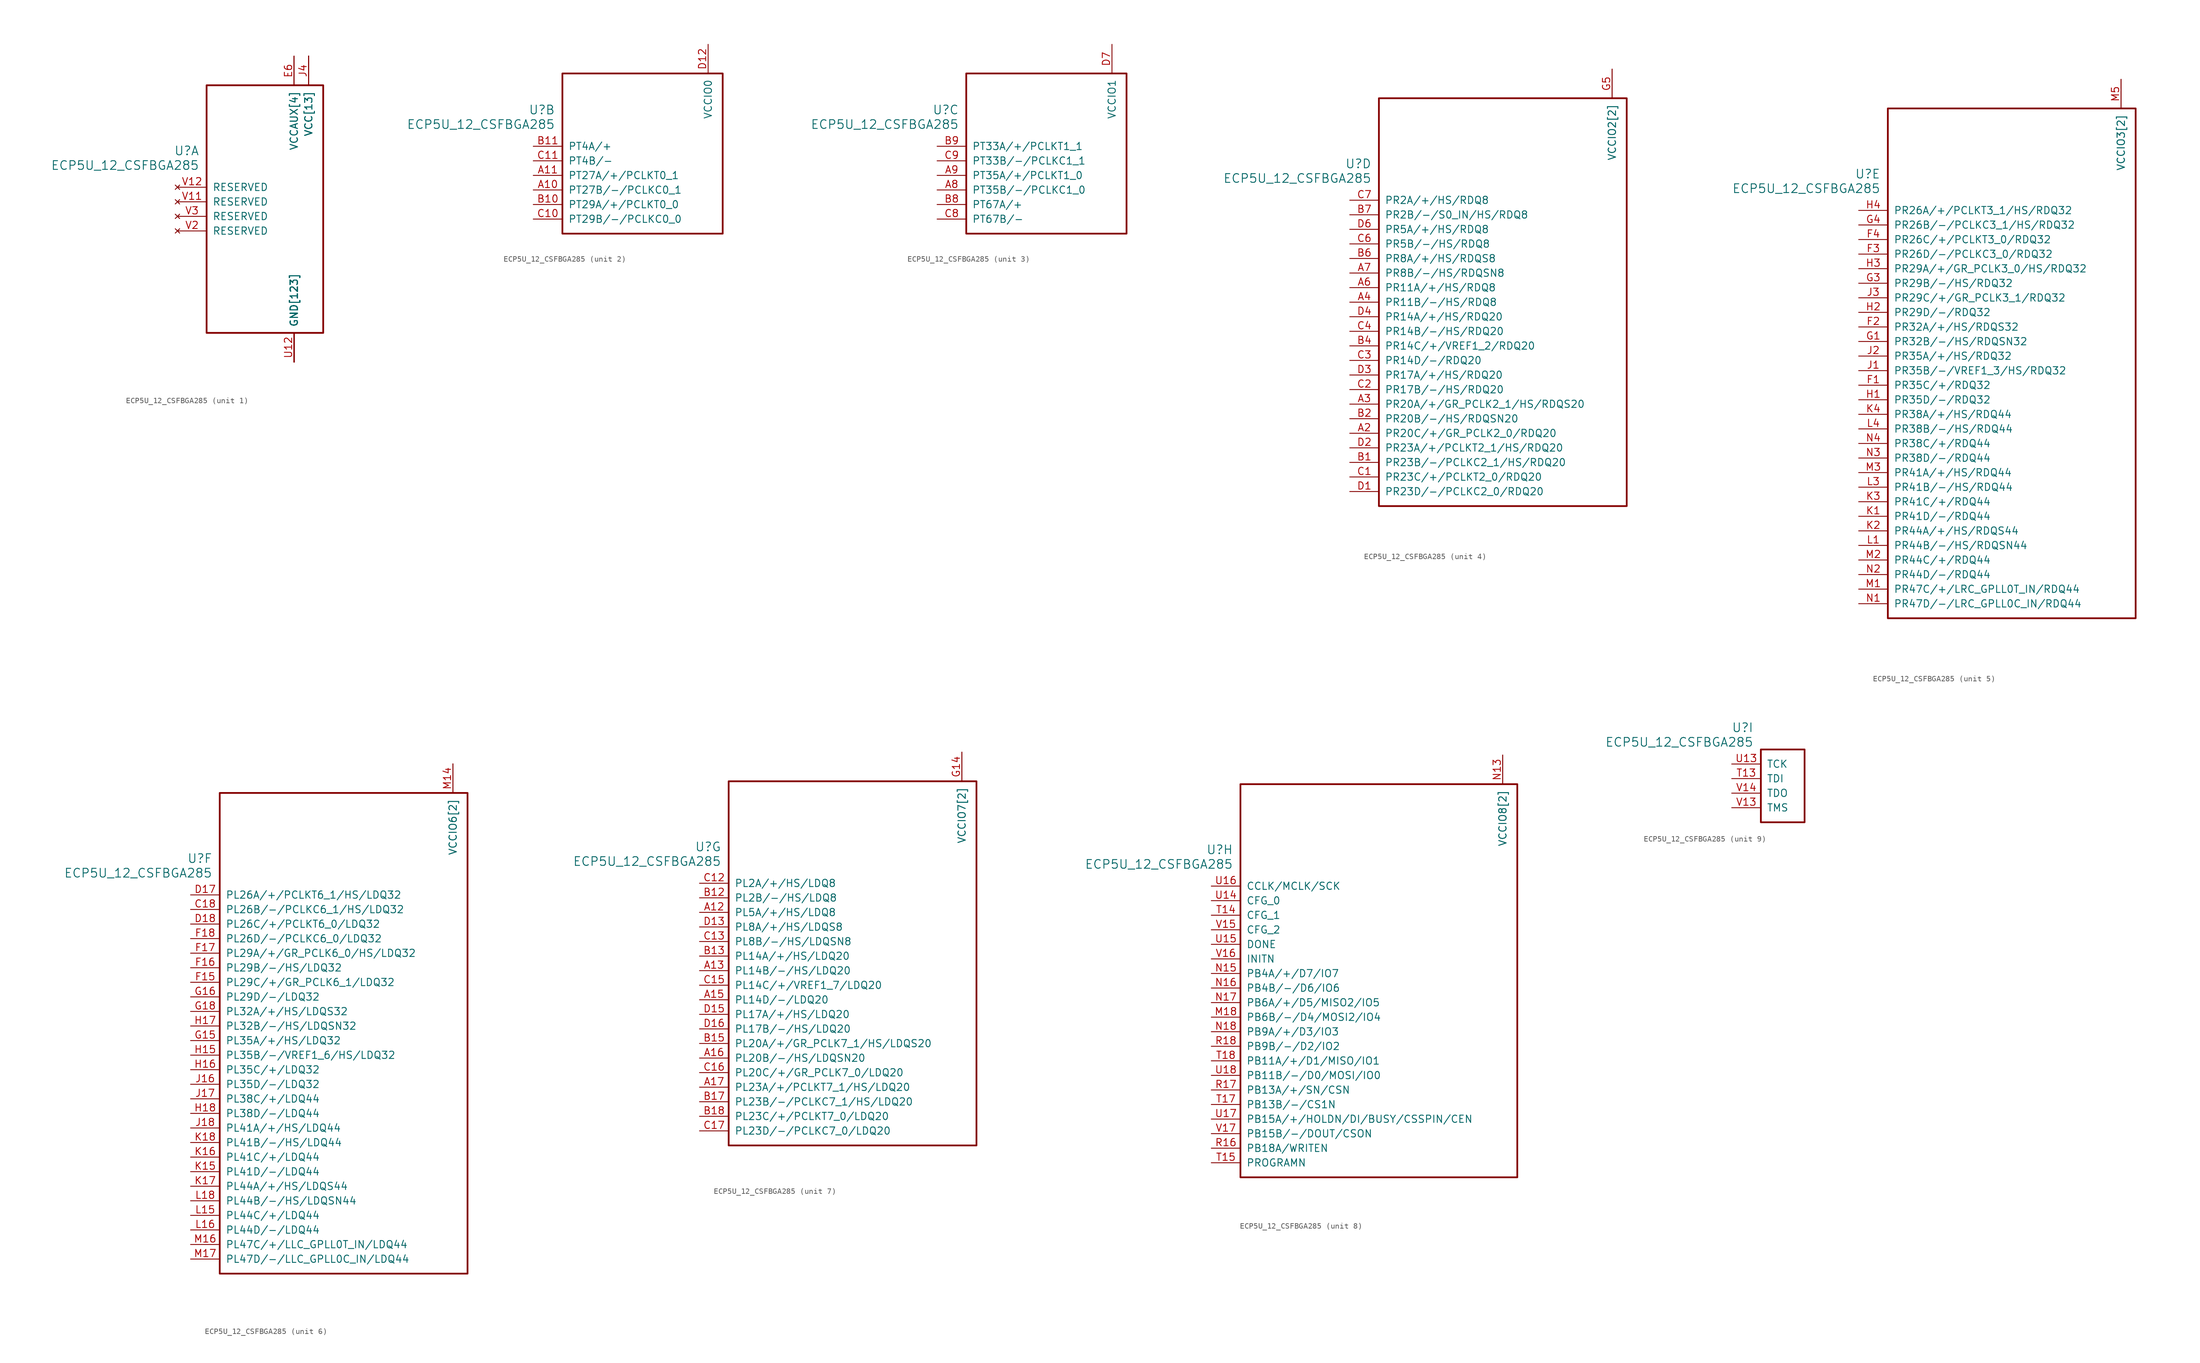
<source format=kicad_sym>
(kicad_symbol_lib
  (version 20231120)
  (generator "kicad_symbol_editor")
  (generator_version "8.0")
  (symbol "ECP5U_12_CSFBGA285"
    (pin_names
      (offset 1.016))
    (property "Reference" "U"
      (at 3.81 6.35 0)
      (effects (font (size 1.524 1.524)) (justify right)))
    (property "Value" "ECP5U_12_CSFBGA285"
      (at 3.81 3.81 0)
      (effects (font (size 1.524 1.524)) (justify right)))
    (property "ki_locked" ""
      (at 0 0 0)
      (effects (font (size 1.27 1.27))))
    (symbol "ECP5U_12_CSFBGA285_1_1"
      (rectangle (start 5.08 17.78) (end 25.4 -25.4) (stroke (width 0.305) (type default)) (fill (type none)))
      (pin power_in line (at 20.32 -30.48 90) (length 5.08) (name "GND[123]" (effects (font (size 1.27 1.27)))) (number "B16" (effects (font (size 0 0)))))
      (pin power_in line (at 20.32 -30.48 90) (length 5.08) (name "GND[123]" (effects (font (size 1.27 1.27)))) (number "B3" (effects (font (size 0 0)))))
      (pin power_in line (at 22.86 22.86 270) (length 5.08) (name "VCC[13]" (effects (font (size 1.27 1.27)))) (number "D10" (effects (font (size 0 0)))))
      (pin power_in line (at 22.86 22.86 270) (length 5.08) (name "VCC[13]" (effects (font (size 1.27 1.27)))) (number "D11" (effects (font (size 0 0)))))
      (pin power_in line (at 22.86 22.86 270) (length 5.08) (name "VCC[13]" (effects (font (size 1.27 1.27)))) (number "D8" (effects (font (size 0 0)))))
      (pin power_in line (at 22.86 22.86 270) (length 5.08) (name "VCC[13]" (effects (font (size 1.27 1.27)))) (number "D9" (effects (font (size 0 0)))))
      (pin power_in line (at 20.32 -30.48 90) (length 5.08) (name "GND[123]" (effects (font (size 1.27 1.27)))) (number "E10" (effects (font (size 0 0)))))
      (pin power_in line (at 20.32 -30.48 90) (length 5.08) (name "GND[123]" (effects (font (size 1.27 1.27)))) (number "E11" (effects (font (size 0 0)))))
      (pin power_in line (at 20.32 -30.48 90) (length 5.08) (name "GND[123]" (effects (font (size 1.27 1.27)))) (number "E12" (effects (font (size 0 0)))))
      (pin power_in line (at 20.32 22.86 270) (length 5.08) (name "VCCAUX[4]" (effects (font (size 1.27 1.27)))) (number "E13" (effects (font (size 0 0)))))
      (pin power_in line (at 20.32 -30.48 90) (length 5.08) (name "GND[123]" (effects (font (size 1.27 1.27)))) (number "E14" (effects (font (size 0 0)))))
      (pin power_in line (at 20.32 -30.48 90) (length 5.08) (name "GND[123]" (effects (font (size 1.27 1.27)))) (number "E5" (effects (font (size 0 0)))))
      (pin power_in line (at 20.32 22.86 270) (length 5.08) (name "VCCAUX[4]" (effects (font (size 1.27 1.27)))) (number "E6" (effects (font (size 1.27 1.27)))))
      (pin power_in line (at 20.32 -30.48 90) (length 5.08) (name "GND[123]" (effects (font (size 1.27 1.27)))) (number "E7" (effects (font (size 0 0)))))
      (pin power_in line (at 20.32 -30.48 90) (length 5.08) (name "GND[123]" (effects (font (size 1.27 1.27)))) (number "E8" (effects (font (size 0 0)))))
      (pin power_in line (at 20.32 -30.48 90) (length 5.08) (name "GND[123]" (effects (font (size 1.27 1.27)))) (number "E9" (effects (font (size 0 0)))))
      (pin power_in line (at 20.32 -30.48 90) (length 5.08) (name "GND[123]" (effects (font (size 1.27 1.27)))) (number "F10" (effects (font (size 0 0)))))
      (pin power_in line (at 20.32 -30.48 90) (length 5.08) (name "GND[123]" (effects (font (size 1.27 1.27)))) (number "F11" (effects (font (size 0 0)))))
      (pin power_in line (at 20.32 -30.48 90) (length 5.08) (name "GND[123]" (effects (font (size 1.27 1.27)))) (number "F12" (effects (font (size 0 0)))))
      (pin power_in line (at 20.32 -30.48 90) (length 5.08) (name "GND[123]" (effects (font (size 1.27 1.27)))) (number "F13" (effects (font (size 0 0)))))
      (pin power_in line (at 20.32 -30.48 90) (length 5.08) (name "GND[123]" (effects (font (size 1.27 1.27)))) (number "F14" (effects (font (size 0 0)))))
      (pin power_in line (at 20.32 -30.48 90) (length 5.08) (name "GND[123]" (effects (font (size 1.27 1.27)))) (number "F5" (effects (font (size 0 0)))))
      (pin power_in line (at 20.32 -30.48 90) (length 5.08) (name "GND[123]" (effects (font (size 1.27 1.27)))) (number "F6" (effects (font (size 0 0)))))
      (pin power_in line (at 20.32 -30.48 90) (length 5.08) (name "GND[123]" (effects (font (size 1.27 1.27)))) (number "F7" (effects (font (size 0 0)))))
      (pin power_in line (at 20.32 -30.48 90) (length 5.08) (name "GND[123]" (effects (font (size 1.27 1.27)))) (number "F8" (effects (font (size 0 0)))))
      (pin power_in line (at 20.32 -30.48 90) (length 5.08) (name "GND[123]" (effects (font (size 1.27 1.27)))) (number "F9" (effects (font (size 0 0)))))
      (pin power_in line (at 20.32 -30.48 90) (length 5.08) (name "GND[123]" (effects (font (size 1.27 1.27)))) (number "G10" (effects (font (size 0 0)))))
      (pin power_in line (at 20.32 -30.48 90) (length 5.08) (name "GND[123]" (effects (font (size 1.27 1.27)))) (number "G11" (effects (font (size 0 0)))))
      (pin power_in line (at 20.32 -30.48 90) (length 5.08) (name "GND[123]" (effects (font (size 1.27 1.27)))) (number "G12" (effects (font (size 0 0)))))
      (pin power_in line (at 20.32 -30.48 90) (length 5.08) (name "GND[123]" (effects (font (size 1.27 1.27)))) (number "G13" (effects (font (size 0 0)))))
      (pin power_in line (at 20.32 -30.48 90) (length 5.08) (name "GND[123]" (effects (font (size 1.27 1.27)))) (number "G17" (effects (font (size 0 0)))))
      (pin power_in line (at 20.32 -30.48 90) (length 5.08) (name "GND[123]" (effects (font (size 1.27 1.27)))) (number "G2" (effects (font (size 0 0)))))
      (pin power_in line (at 20.32 -30.48 90) (length 5.08) (name "GND[123]" (effects (font (size 1.27 1.27)))) (number "G6" (effects (font (size 0 0)))))
      (pin power_in line (at 20.32 -30.48 90) (length 5.08) (name "GND[123]" (effects (font (size 1.27 1.27)))) (number "G7" (effects (font (size 0 0)))))
      (pin power_in line (at 20.32 -30.48 90) (length 5.08) (name "GND[123]" (effects (font (size 1.27 1.27)))) (number "G8" (effects (font (size 0 0)))))
      (pin power_in line (at 20.32 -30.48 90) (length 5.08) (name "GND[123]" (effects (font (size 1.27 1.27)))) (number "G9" (effects (font (size 0 0)))))
      (pin power_in line (at 20.32 -30.48 90) (length 5.08) (name "GND[123]" (effects (font (size 1.27 1.27)))) (number "H10" (effects (font (size 0 0)))))
      (pin power_in line (at 20.32 -30.48 90) (length 5.08) (name "GND[123]" (effects (font (size 1.27 1.27)))) (number "H11" (effects (font (size 0 0)))))
      (pin power_in line (at 20.32 -30.48 90) (length 5.08) (name "GND[123]" (effects (font (size 1.27 1.27)))) (number "H12" (effects (font (size 0 0)))))
      (pin power_in line (at 20.32 -30.48 90) (length 5.08) (name "GND[123]" (effects (font (size 1.27 1.27)))) (number "H13" (effects (font (size 0 0)))))
      (pin power_in line (at 20.32 -30.48 90) (length 5.08) (name "GND[123]" (effects (font (size 1.27 1.27)))) (number "H6" (effects (font (size 0 0)))))
      (pin power_in line (at 20.32 -30.48 90) (length 5.08) (name "GND[123]" (effects (font (size 1.27 1.27)))) (number "H7" (effects (font (size 0 0)))))
      (pin power_in line (at 20.32 -30.48 90) (length 5.08) (name "GND[123]" (effects (font (size 1.27 1.27)))) (number "H8" (effects (font (size 0 0)))))
      (pin power_in line (at 20.32 -30.48 90) (length 5.08) (name "GND[123]" (effects (font (size 1.27 1.27)))) (number "H9" (effects (font (size 0 0)))))
      (pin power_in line (at 20.32 -30.48 90) (length 5.08) (name "GND[123]" (effects (font (size 1.27 1.27)))) (number "J10" (effects (font (size 0 0)))))
      (pin power_in line (at 20.32 -30.48 90) (length 5.08) (name "GND[123]" (effects (font (size 1.27 1.27)))) (number "J11" (effects (font (size 0 0)))))
      (pin power_in line (at 20.32 -30.48 90) (length 5.08) (name "GND[123]" (effects (font (size 1.27 1.27)))) (number "J12" (effects (font (size 0 0)))))
      (pin power_in line (at 20.32 -30.48 90) (length 5.08) (name "GND[123]" (effects (font (size 1.27 1.27)))) (number "J13" (effects (font (size 0 0)))))
      (pin power_in line (at 22.86 22.86 270) (length 5.08) (name "VCC[13]" (effects (font (size 1.27 1.27)))) (number "J14" (effects (font (size 0 0)))))
      (pin power_in line (at 22.86 22.86 270) (length 5.08) (name "VCC[13]" (effects (font (size 1.27 1.27)))) (number "J15" (effects (font (size 0 0)))))
      (pin power_in line (at 22.86 22.86 270) (length 5.08) (name "VCC[13]" (effects (font (size 1.27 1.27)))) (number "J4" (effects (font (size 1.27 1.27)))))
      (pin power_in line (at 22.86 22.86 270) (length 5.08) (name "VCC[13]" (effects (font (size 1.27 1.27)))) (number "J5" (effects (font (size 0 0)))))
      (pin power_in line (at 20.32 -30.48 90) (length 5.08) (name "GND[123]" (effects (font (size 1.27 1.27)))) (number "J6" (effects (font (size 0 0)))))
      (pin power_in line (at 20.32 -30.48 90) (length 5.08) (name "GND[123]" (effects (font (size 1.27 1.27)))) (number "J7" (effects (font (size 0 0)))))
      (pin power_in line (at 20.32 -30.48 90) (length 5.08) (name "GND[123]" (effects (font (size 1.27 1.27)))) (number "J8" (effects (font (size 0 0)))))
      (pin power_in line (at 20.32 -30.48 90) (length 5.08) (name "GND[123]" (effects (font (size 1.27 1.27)))) (number "J9" (effects (font (size 0 0)))))
      (pin power_in line (at 20.32 -30.48 90) (length 5.08) (name "GND[123]" (effects (font (size 1.27 1.27)))) (number "K10" (effects (font (size 0 0)))))
      (pin power_in line (at 20.32 -30.48 90) (length 5.08) (name "GND[123]" (effects (font (size 1.27 1.27)))) (number "K11" (effects (font (size 0 0)))))
      (pin power_in line (at 20.32 -30.48 90) (length 5.08) (name "GND[123]" (effects (font (size 1.27 1.27)))) (number "K12" (effects (font (size 0 0)))))
      (pin power_in line (at 20.32 -30.48 90) (length 5.08) (name "GND[123]" (effects (font (size 1.27 1.27)))) (number "K13" (effects (font (size 0 0)))))
      (pin power_in line (at 20.32 -30.48 90) (length 5.08) (name "GND[123]" (effects (font (size 1.27 1.27)))) (number "K14" (effects (font (size 0 0)))))
      (pin power_in line (at 20.32 -30.48 90) (length 5.08) (name "GND[123]" (effects (font (size 1.27 1.27)))) (number "K5" (effects (font (size 0 0)))))
      (pin power_in line (at 20.32 -30.48 90) (length 5.08) (name "GND[123]" (effects (font (size 1.27 1.27)))) (number "K6" (effects (font (size 0 0)))))
      (pin power_in line (at 20.32 -30.48 90) (length 5.08) (name "GND[123]" (effects (font (size 1.27 1.27)))) (number "K7" (effects (font (size 0 0)))))
      (pin power_in line (at 20.32 -30.48 90) (length 5.08) (name "GND[123]" (effects (font (size 1.27 1.27)))) (number "K8" (effects (font (size 0 0)))))
      (pin power_in line (at 20.32 -30.48 90) (length 5.08) (name "GND[123]" (effects (font (size 1.27 1.27)))) (number "K9" (effects (font (size 0 0)))))
      (pin power_in line (at 20.32 -30.48 90) (length 5.08) (name "GND[123]" (effects (font (size 1.27 1.27)))) (number "L10" (effects (font (size 0 0)))))
      (pin power_in line (at 20.32 -30.48 90) (length 5.08) (name "GND[123]" (effects (font (size 1.27 1.27)))) (number "L11" (effects (font (size 0 0)))))
      (pin power_in line (at 20.32 -30.48 90) (length 5.08) (name "GND[123]" (effects (font (size 1.27 1.27)))) (number "L12" (effects (font (size 0 0)))))
      (pin power_in line (at 20.32 -30.48 90) (length 5.08) (name "GND[123]" (effects (font (size 1.27 1.27)))) (number "L13" (effects (font (size 0 0)))))
      (pin power_in line (at 20.32 -30.48 90) (length 5.08) (name "GND[123]" (effects (font (size 1.27 1.27)))) (number "L14" (effects (font (size 0 0)))))
      (pin power_in line (at 20.32 -30.48 90) (length 5.08) (name "GND[123]" (effects (font (size 1.27 1.27)))) (number "L17" (effects (font (size 0 0)))))
      (pin power_in line (at 20.32 -30.48 90) (length 5.08) (name "GND[123]" (effects (font (size 1.27 1.27)))) (number "L2" (effects (font (size 0 0)))))
      (pin power_in line (at 20.32 -30.48 90) (length 5.08) (name "GND[123]" (effects (font (size 1.27 1.27)))) (number "L5" (effects (font (size 0 0)))))
      (pin power_in line (at 20.32 -30.48 90) (length 5.08) (name "GND[123]" (effects (font (size 1.27 1.27)))) (number "L6" (effects (font (size 0 0)))))
      (pin power_in line (at 20.32 -30.48 90) (length 5.08) (name "GND[123]" (effects (font (size 1.27 1.27)))) (number "L7" (effects (font (size 0 0)))))
      (pin power_in line (at 20.32 -30.48 90) (length 5.08) (name "GND[123]" (effects (font (size 1.27 1.27)))) (number "L8" (effects (font (size 0 0)))))
      (pin power_in line (at 20.32 -30.48 90) (length 5.08) (name "GND[123]" (effects (font (size 1.27 1.27)))) (number "L9" (effects (font (size 0 0)))))
      (pin power_in line (at 20.32 -30.48 90) (length 5.08) (name "GND[123]" (effects (font (size 1.27 1.27)))) (number "M10" (effects (font (size 0 0)))))
      (pin power_in line (at 20.32 -30.48 90) (length 5.08) (name "GND[123]" (effects (font (size 1.27 1.27)))) (number "M11" (effects (font (size 0 0)))))
      (pin power_in line (at 20.32 -30.48 90) (length 5.08) (name "GND[123]" (effects (font (size 1.27 1.27)))) (number "M12" (effects (font (size 0 0)))))
      (pin power_in line (at 20.32 -30.48 90) (length 5.08) (name "GND[123]" (effects (font (size 1.27 1.27)))) (number "M13" (effects (font (size 0 0)))))
      (pin power_in line (at 22.86 22.86 270) (length 5.08) (name "VCC[13]" (effects (font (size 1.27 1.27)))) (number "M15" (effects (font (size 0 0)))))
      (pin power_in line (at 22.86 22.86 270) (length 5.08) (name "VCC[13]" (effects (font (size 1.27 1.27)))) (number "M4" (effects (font (size 0 0)))))
      (pin power_in line (at 20.32 -30.48 90) (length 5.08) (name "GND[123]" (effects (font (size 1.27 1.27)))) (number "M6" (effects (font (size 0 0)))))
      (pin power_in line (at 20.32 -30.48 90) (length 5.08) (name "GND[123]" (effects (font (size 1.27 1.27)))) (number "M7" (effects (font (size 0 0)))))
      (pin power_in line (at 20.32 -30.48 90) (length 5.08) (name "GND[123]" (effects (font (size 1.27 1.27)))) (number "M8" (effects (font (size 0 0)))))
      (pin power_in line (at 20.32 -30.48 90) (length 5.08) (name "GND[123]" (effects (font (size 1.27 1.27)))) (number "M9" (effects (font (size 0 0)))))
      (pin power_in line (at 20.32 -30.48 90) (length 5.08) (name "GND[123]" (effects (font (size 1.27 1.27)))) (number "N10" (effects (font (size 0 0)))))
      (pin power_in line (at 20.32 -30.48 90) (length 5.08) (name "GND[123]" (effects (font (size 1.27 1.27)))) (number "N11" (effects (font (size 0 0)))))
      (pin power_in line (at 20.32 -30.48 90) (length 5.08) (name "GND[123]" (effects (font (size 1.27 1.27)))) (number "N12" (effects (font (size 0 0)))))
      (pin power_in line (at 20.32 22.86 270) (length 5.08) (name "VCCAUX[4]" (effects (font (size 1.27 1.27)))) (number "N6" (effects (font (size 0 0)))))
      (pin power_in line (at 20.32 -30.48 90) (length 5.08) (name "GND[123]" (effects (font (size 1.27 1.27)))) (number "N7" (effects (font (size 0 0)))))
      (pin power_in line (at 20.32 -30.48 90) (length 5.08) (name "GND[123]" (effects (font (size 1.27 1.27)))) (number "N8" (effects (font (size 0 0)))))
      (pin power_in line (at 20.32 -30.48 90) (length 5.08) (name "GND[123]" (effects (font (size 1.27 1.27)))) (number "N9" (effects (font (size 0 0)))))
      (pin power_in line (at 20.32 -30.48 90) (length 5.08) (name "GND[123]" (effects (font (size 1.27 1.27)))) (number "P10" (effects (font (size 0 0)))))
      (pin power_in line (at 22.86 22.86 270) (length 5.08) (name "VCC[13]" (effects (font (size 1.27 1.27)))) (number "P11" (effects (font (size 0 0)))))
      (pin power_in line (at 20.32 -30.48 90) (length 5.08) (name "GND[123]" (effects (font (size 1.27 1.27)))) (number "P12" (effects (font (size 0 0)))))
      (pin power_in line (at 20.32 22.86 270) (length 5.08) (name "VCCAUX[4]" (effects (font (size 1.27 1.27)))) (number "P13" (effects (font (size 0 0)))))
      (pin power_in line (at 20.32 -30.48 90) (length 5.08) (name "GND[123]" (effects (font (size 1.27 1.27)))) (number "P5" (effects (font (size 0 0)))))
      (pin power_in line (at 20.32 -30.48 90) (length 5.08) (name "GND[123]" (effects (font (size 1.27 1.27)))) (number "P6" (effects (font (size 0 0)))))
      (pin power_in line (at 22.86 22.86 270) (length 5.08) (name "VCC[13]" (effects (font (size 1.27 1.27)))) (number "P7" (effects (font (size 0 0)))))
      (pin power_in line (at 20.32 -30.48 90) (length 5.08) (name "GND[123]" (effects (font (size 1.27 1.27)))) (number "P8" (effects (font (size 0 0)))))
      (pin power_in line (at 22.86 22.86 270) (length 5.08) (name "VCC[13]" (effects (font (size 1.27 1.27)))) (number "P9" (effects (font (size 0 0)))))
      (pin power_in line (at 20.32 -30.48 90) (length 5.08) (name "GND[123]" (effects (font (size 1.27 1.27)))) (number "R1" (effects (font (size 0 0)))))
      (pin power_in line (at 20.32 -30.48 90) (length 5.08) (name "GND[123]" (effects (font (size 1.27 1.27)))) (number "R10" (effects (font (size 0 0)))))
      (pin power_in line (at 20.32 -30.48 90) (length 5.08) (name "GND[123]" (effects (font (size 1.27 1.27)))) (number "R2" (effects (font (size 0 0)))))
      (pin power_in line (at 20.32 -30.48 90) (length 5.08) (name "GND[123]" (effects (font (size 1.27 1.27)))) (number "R3" (effects (font (size 0 0)))))
      (pin power_in line (at 20.32 -30.48 90) (length 5.08) (name "GND[123]" (effects (font (size 1.27 1.27)))) (number "T1" (effects (font (size 0 0)))))
      (pin power_in line (at 20.32 -30.48 90) (length 5.08) (name "GND[123]" (effects (font (size 1.27 1.27)))) (number "T10" (effects (font (size 0 0)))))
      (pin power_in line (at 20.32 -30.48 90) (length 5.08) (name "GND[123]" (effects (font (size 1.27 1.27)))) (number "T11" (effects (font (size 0 0)))))
      (pin power_in line (at 20.32 -30.48 90) (length 5.08) (name "GND[123]" (effects (font (size 1.27 1.27)))) (number "T12" (effects (font (size 0 0)))))
      (pin power_in line (at 20.32 -30.48 90) (length 5.08) (name "GND[123]" (effects (font (size 1.27 1.27)))) (number "T16" (effects (font (size 0 0)))))
      (pin power_in line (at 20.32 -30.48 90) (length 5.08) (name "GND[123]" (effects (font (size 1.27 1.27)))) (number "T2" (effects (font (size 0 0)))))
      (pin power_in line (at 20.32 -30.48 90) (length 5.08) (name "GND[123]" (effects (font (size 1.27 1.27)))) (number "T3" (effects (font (size 0 0)))))
      (pin power_in line (at 20.32 -30.48 90) (length 5.08) (name "GND[123]" (effects (font (size 1.27 1.27)))) (number "T4" (effects (font (size 0 0)))))
      (pin power_in line (at 20.32 -30.48 90) (length 5.08) (name "GND[123]" (effects (font (size 1.27 1.27)))) (number "T5" (effects (font (size 0 0)))))
      (pin power_in line (at 20.32 -30.48 90) (length 5.08) (name "GND[123]" (effects (font (size 1.27 1.27)))) (number "T6" (effects (font (size 0 0)))))
      (pin power_in line (at 20.32 -30.48 90) (length 5.08) (name "GND[123]" (effects (font (size 1.27 1.27)))) (number "T7" (effects (font (size 0 0)))))
      (pin power_in line (at 20.32 -30.48 90) (length 5.08) (name "GND[123]" (effects (font (size 1.27 1.27)))) (number "T8" (effects (font (size 0 0)))))
      (pin power_in line (at 20.32 -30.48 90) (length 5.08) (name "GND[123]" (effects (font (size 1.27 1.27)))) (number "T9" (effects (font (size 0 0)))))
      (pin power_in line (at 20.32 -30.48 90) (length 5.08) (name "GND[123]" (effects (font (size 1.27 1.27)))) (number "U1" (effects (font (size 0 0)))))
      (pin power_in line (at 20.32 -30.48 90) (length 5.08) (name "GND[123]" (effects (font (size 1.27 1.27)))) (number "U10" (effects (font (size 0 0)))))
      (pin power_in line (at 20.32 -30.48 90) (length 5.08) (name "GND[123]" (effects (font (size 1.27 1.27)))) (number "U11" (effects (font (size 0 0)))))
      (pin power_in line (at 20.32 -30.48 90) (length 5.08) (name "GND[123]" (effects (font (size 1.27 1.27)))) (number "U12" (effects (font (size 1.27 1.27)))))
      (pin power_in line (at 20.32 -30.48 90) (length 5.08) (name "GND[123]" (effects (font (size 1.27 1.27)))) (number "U2" (effects (font (size 0 0)))))
      (pin power_in line (at 20.32 -30.48 90) (length 5.08) (name "GND[123]" (effects (font (size 1.27 1.27)))) (number "U3" (effects (font (size 0 0)))))
      (pin power_in line (at 20.32 -30.48 90) (length 5.08) (name "GND[123]" (effects (font (size 1.27 1.27)))) (number "U4" (effects (font (size 0 0)))))
      (pin power_in line (at 20.32 -30.48 90) (length 5.08) (name "GND[123]" (effects (font (size 1.27 1.27)))) (number "U5" (effects (font (size 0 0)))))
      (pin power_in line (at 20.32 -30.48 90) (length 5.08) (name "GND[123]" (effects (font (size 1.27 1.27)))) (number "U6" (effects (font (size 0 0)))))
      (pin power_in line (at 20.32 -30.48 90) (length 5.08) (name "GND[123]" (effects (font (size 1.27 1.27)))) (number "U7" (effects (font (size 0 0)))))
      (pin power_in line (at 20.32 -30.48 90) (length 5.08) (name "GND[123]" (effects (font (size 1.27 1.27)))) (number "U8" (effects (font (size 0 0)))))
      (pin power_in line (at 20.32 -30.48 90) (length 5.08) (name "GND[123]" (effects (font (size 1.27 1.27)))) (number "U9" (effects (font (size 0 0)))))
      (pin power_in line (at 20.32 -30.48 90) (length 5.08) (name "GND[123]" (effects (font (size 1.27 1.27)))) (number "V10" (effects (font (size 0 0)))))
      (pin no_connect line (at 0 -2.54 0) (length 5.08) (name "RESERVED" (effects (font (size 1.27 1.27)))) (number "V11" (effects (font (size 1.27 1.27)))))
      (pin no_connect line (at 0 0 0) (length 5.08) (name "RESERVED" (effects (font (size 1.27 1.27)))) (number "V12" (effects (font (size 1.27 1.27)))))
      (pin no_connect line (at 0 -7.62 0) (length 5.08) (name "RESERVED" (effects (font (size 1.27 1.27)))) (number "V2" (effects (font (size 1.27 1.27)))))
      (pin no_connect line (at 0 -5.08 0) (length 5.08) (name "RESERVED" (effects (font (size 1.27 1.27)))) (number "V3" (effects (font (size 1.27 1.27)))))
      (pin power_in line (at 20.32 -30.48 90) (length 5.08) (name "GND[123]" (effects (font (size 1.27 1.27)))) (number "V4" (effects (font (size 0 0)))))
      (pin power_in line (at 20.32 -30.48 90) (length 5.08) (name "GND[123]" (effects (font (size 1.27 1.27)))) (number "V5" (effects (font (size 0 0)))))
      (pin power_in line (at 20.32 -30.48 90) (length 5.08) (name "GND[123]" (effects (font (size 1.27 1.27)))) (number "V6" (effects (font (size 0 0)))))
      (pin power_in line (at 20.32 -30.48 90) (length 5.08) (name "GND[123]" (effects (font (size 1.27 1.27)))) (number "V7" (effects (font (size 0 0)))))
      (pin power_in line (at 20.32 -30.48 90) (length 5.08) (name "GND[123]" (effects (font (size 1.27 1.27)))) (number "V8" (effects (font (size 0 0)))))
      (pin power_in line (at 20.32 -30.48 90) (length 5.08) (name "GND[123]" (effects (font (size 1.27 1.27)))) (number "V9" (effects (font (size 0 0))))))
    (symbol "ECP5U_12_CSFBGA285_2_1"
      (rectangle (start 5.08 12.7) (end 33.02 -15.24) (stroke (width 0.305) (type default)) (fill (type none)))
      (pin bidirectional line (at 0 -7.62 0) (length 5.08) (name "PT27B/-/PCLKC0_1" (effects (font (size 1.27 1.27)))) (number "A10" (effects (font (size 1.27 1.27)))))
      (pin bidirectional line (at 0 -5.08 0) (length 5.08) (name "PT27A/+/PCLKT0_1" (effects (font (size 1.27 1.27)))) (number "A11" (effects (font (size 1.27 1.27)))))
      (pin bidirectional line (at 0 -10.16 0) (length 5.08) (name "PT29A/+/PCLKT0_0" (effects (font (size 1.27 1.27)))) (number "B10" (effects (font (size 1.27 1.27)))))
      (pin bidirectional line (at 0 0 0) (length 5.08) (name "PT4A/+" (effects (font (size 1.27 1.27)))) (number "B11" (effects (font (size 1.27 1.27)))))
      (pin bidirectional line (at 0 -12.7 0) (length 5.08) (name "PT29B/-/PCLKC0_0" (effects (font (size 1.27 1.27)))) (number "C10" (effects (font (size 1.27 1.27)))))
      (pin bidirectional line (at 0 -2.54 0) (length 5.08) (name "PT4B/-" (effects (font (size 1.27 1.27)))) (number "C11" (effects (font (size 1.27 1.27)))))
      (pin power_in line (at 30.48 17.78 270) (length 5.08) (name "VCCIO0" (effects (font (size 1.27 1.27)))) (number "D12" (effects (font (size 1.27 1.27))))))
    (symbol "ECP5U_12_CSFBGA285_3_1"
      (rectangle (start 5.08 12.7) (end 33.02 -15.24) (stroke (width 0.305) (type default)) (fill (type none)))
      (pin bidirectional line (at 0 -7.62 0) (length 5.08) (name "PT35B/-/PCLKC1_0" (effects (font (size 1.27 1.27)))) (number "A8" (effects (font (size 1.27 1.27)))))
      (pin bidirectional line (at 0 -5.08 0) (length 5.08) (name "PT35A/+/PCLKT1_0" (effects (font (size 1.27 1.27)))) (number "A9" (effects (font (size 1.27 1.27)))))
      (pin bidirectional line (at 0 -10.16 0) (length 5.08) (name "PT67A/+" (effects (font (size 1.27 1.27)))) (number "B8" (effects (font (size 1.27 1.27)))))
      (pin bidirectional line (at 0 0 0) (length 5.08) (name "PT33A/+/PCLKT1_1" (effects (font (size 1.27 1.27)))) (number "B9" (effects (font (size 1.27 1.27)))))
      (pin bidirectional line (at 0 -12.7 0) (length 5.08) (name "PT67B/-" (effects (font (size 1.27 1.27)))) (number "C8" (effects (font (size 1.27 1.27)))))
      (pin bidirectional line (at 0 -2.54 0) (length 5.08) (name "PT33B/-/PCLKC1_1" (effects (font (size 1.27 1.27)))) (number "C9" (effects (font (size 1.27 1.27)))))
      (pin power_in line (at 30.48 17.78 270) (length 5.08) (name "VCCIO1" (effects (font (size 1.27 1.27)))) (number "D7" (effects (font (size 1.27 1.27))))))
    (symbol "ECP5U_12_CSFBGA285_4_1"
      (rectangle (start 5.08 17.78) (end 48.26 -53.34) (stroke (width 0.305) (type default)) (fill (type none)))
      (pin bidirectional line (at 0 -40.64 0) (length 5.08) (name "PR20C/+/GR_PCLK2_0/RDQ20" (effects (font (size 1.27 1.27)))) (number "A2" (effects (font (size 1.27 1.27)))))
      (pin bidirectional line (at 0 -35.56 0) (length 5.08) (name "PR20A/+/GR_PCLK2_1/HS/RDQS20" (effects (font (size 1.27 1.27)))) (number "A3" (effects (font (size 1.27 1.27)))))
      (pin bidirectional line (at 0 -17.78 0) (length 5.08) (name "PR11B/-/HS/RDQ8" (effects (font (size 1.27 1.27)))) (number "A4" (effects (font (size 1.27 1.27)))))
      (pin bidirectional line (at 0 -15.24 0) (length 5.08) (name "PR11A/+/HS/RDQ8" (effects (font (size 1.27 1.27)))) (number "A6" (effects (font (size 1.27 1.27)))))
      (pin bidirectional line (at 0 -12.7 0) (length 5.08) (name "PR8B/-/HS/RDQSN8" (effects (font (size 1.27 1.27)))) (number "A7" (effects (font (size 1.27 1.27)))))
      (pin bidirectional line (at 0 -45.72 0) (length 5.08) (name "PR23B/-/PCLKC2_1/HS/RDQ20" (effects (font (size 1.27 1.27)))) (number "B1" (effects (font (size 1.27 1.27)))))
      (pin bidirectional line (at 0 -38.1 0) (length 5.08) (name "PR20B/-/HS/RDQSN20" (effects (font (size 1.27 1.27)))) (number "B2" (effects (font (size 1.27 1.27)))))
      (pin bidirectional line (at 0 -25.4 0) (length 5.08) (name "PR14C/+/VREF1_2/RDQ20" (effects (font (size 1.27 1.27)))) (number "B4" (effects (font (size 1.27 1.27)))))
      (pin bidirectional line (at 0 -10.16 0) (length 5.08) (name "PR8A/+/HS/RDQS8" (effects (font (size 1.27 1.27)))) (number "B6" (effects (font (size 1.27 1.27)))))
      (pin bidirectional line (at 0 -2.54 0) (length 5.08) (name "PR2B/-/S0_IN/HS/RDQ8" (effects (font (size 1.27 1.27)))) (number "B7" (effects (font (size 1.27 1.27)))))
      (pin bidirectional line (at 0 -48.26 0) (length 5.08) (name "PR23C/+/PCLKT2_0/RDQ20" (effects (font (size 1.27 1.27)))) (number "C1" (effects (font (size 1.27 1.27)))))
      (pin bidirectional line (at 0 -33.02 0) (length 5.08) (name "PR17B/-/HS/RDQ20" (effects (font (size 1.27 1.27)))) (number "C2" (effects (font (size 1.27 1.27)))))
      (pin bidirectional line (at 0 -27.94 0) (length 5.08) (name "PR14D/-/RDQ20" (effects (font (size 1.27 1.27)))) (number "C3" (effects (font (size 1.27 1.27)))))
      (pin bidirectional line (at 0 -22.86 0) (length 5.08) (name "PR14B/-/HS/RDQ20" (effects (font (size 1.27 1.27)))) (number "C4" (effects (font (size 1.27 1.27)))))
      (pin bidirectional line (at 0 -7.62 0) (length 5.08) (name "PR5B/-/HS/RDQ8" (effects (font (size 1.27 1.27)))) (number "C6" (effects (font (size 1.27 1.27)))))
      (pin bidirectional line (at 0 0 0) (length 5.08) (name "PR2A/+/HS/RDQ8" (effects (font (size 1.27 1.27)))) (number "C7" (effects (font (size 1.27 1.27)))))
      (pin bidirectional line (at 0 -50.8 0) (length 5.08) (name "PR23D/-/PCLKC2_0/RDQ20" (effects (font (size 1.27 1.27)))) (number "D1" (effects (font (size 1.27 1.27)))))
      (pin bidirectional line (at 0 -43.18 0) (length 5.08) (name "PR23A/+/PCLKT2_1/HS/RDQ20" (effects (font (size 1.27 1.27)))) (number "D2" (effects (font (size 1.27 1.27)))))
      (pin bidirectional line (at 0 -30.48 0) (length 5.08) (name "PR17A/+/HS/RDQ20" (effects (font (size 1.27 1.27)))) (number "D3" (effects (font (size 1.27 1.27)))))
      (pin bidirectional line (at 0 -20.32 0) (length 5.08) (name "PR14A/+/HS/RDQ20" (effects (font (size 1.27 1.27)))) (number "D4" (effects (font (size 1.27 1.27)))))
      (pin bidirectional line (at 0 -5.08 0) (length 5.08) (name "PR5A/+/HS/RDQ8" (effects (font (size 1.27 1.27)))) (number "D6" (effects (font (size 1.27 1.27)))))
      (pin power_in line (at 45.72 22.86 270) (length 5.08) (name "VCCIO2[2]" (effects (font (size 1.27 1.27)))) (number "G5" (effects (font (size 1.27 1.27)))))
      (pin power_in line (at 45.72 22.86 270) (length 5.08) (name "VCCIO2[2]" (effects (font (size 1.27 1.27)))) (number "H5" (effects (font (size 0 0))))))
    (symbol "ECP5U_12_CSFBGA285_5_1"
      (rectangle (start 5.08 17.78) (end 48.26 -71.12) (stroke (width 0.305) (type default)) (fill (type none)))
      (pin bidirectional line (at 0 -30.48 0) (length 5.08) (name "PR35C/+/RDQ32" (effects (font (size 1.27 1.27)))) (number "F1" (effects (font (size 1.27 1.27)))))
      (pin bidirectional line (at 0 -20.32 0) (length 5.08) (name "PR32A/+/HS/RDQS32" (effects (font (size 1.27 1.27)))) (number "F2" (effects (font (size 1.27 1.27)))))
      (pin bidirectional line (at 0 -7.62 0) (length 5.08) (name "PR26D/-/PCLKC3_0/RDQ32" (effects (font (size 1.27 1.27)))) (number "F3" (effects (font (size 1.27 1.27)))))
      (pin bidirectional line (at 0 -5.08 0) (length 5.08) (name "PR26C/+/PCLKT3_0/RDQ32" (effects (font (size 1.27 1.27)))) (number "F4" (effects (font (size 1.27 1.27)))))
      (pin bidirectional line (at 0 -22.86 0) (length 5.08) (name "PR32B/-/HS/RDQSN32" (effects (font (size 1.27 1.27)))) (number "G1" (effects (font (size 1.27 1.27)))))
      (pin bidirectional line (at 0 -12.7 0) (length 5.08) (name "PR29B/-/HS/RDQ32" (effects (font (size 1.27 1.27)))) (number "G3" (effects (font (size 1.27 1.27)))))
      (pin bidirectional line (at 0 -2.54 0) (length 5.08) (name "PR26B/-/PCLKC3_1/HS/RDQ32" (effects (font (size 1.27 1.27)))) (number "G4" (effects (font (size 1.27 1.27)))))
      (pin bidirectional line (at 0 -33.02 0) (length 5.08) (name "PR35D/-/RDQ32" (effects (font (size 1.27 1.27)))) (number "H1" (effects (font (size 1.27 1.27)))))
      (pin bidirectional line (at 0 -17.78 0) (length 5.08) (name "PR29D/-/RDQ32" (effects (font (size 1.27 1.27)))) (number "H2" (effects (font (size 1.27 1.27)))))
      (pin bidirectional line (at 0 -10.16 0) (length 5.08) (name "PR29A/+/GR_PCLK3_0/HS/RDQ32" (effects (font (size 1.27 1.27)))) (number "H3" (effects (font (size 1.27 1.27)))))
      (pin bidirectional line (at 0 0 0) (length 5.08) (name "PR26A/+/PCLKT3_1/HS/RDQ32" (effects (font (size 1.27 1.27)))) (number "H4" (effects (font (size 1.27 1.27)))))
      (pin bidirectional line (at 0 -27.94 0) (length 5.08) (name "PR35B/-/VREF1_3/HS/RDQ32" (effects (font (size 1.27 1.27)))) (number "J1" (effects (font (size 1.27 1.27)))))
      (pin bidirectional line (at 0 -25.4 0) (length 5.08) (name "PR35A/+/HS/RDQ32" (effects (font (size 1.27 1.27)))) (number "J2" (effects (font (size 1.27 1.27)))))
      (pin bidirectional line (at 0 -15.24 0) (length 5.08) (name "PR29C/+/GR_PCLK3_1/RDQ32" (effects (font (size 1.27 1.27)))) (number "J3" (effects (font (size 1.27 1.27)))))
      (pin bidirectional line (at 0 -53.34 0) (length 5.08) (name "PR41D/-/RDQ44" (effects (font (size 1.27 1.27)))) (number "K1" (effects (font (size 1.27 1.27)))))
      (pin bidirectional line (at 0 -55.88 0) (length 5.08) (name "PR44A/+/HS/RDQS44" (effects (font (size 1.27 1.27)))) (number "K2" (effects (font (size 1.27 1.27)))))
      (pin bidirectional line (at 0 -50.8 0) (length 5.08) (name "PR41C/+/RDQ44" (effects (font (size 1.27 1.27)))) (number "K3" (effects (font (size 1.27 1.27)))))
      (pin bidirectional line (at 0 -35.56 0) (length 5.08) (name "PR38A/+/HS/RDQ44" (effects (font (size 1.27 1.27)))) (number "K4" (effects (font (size 1.27 1.27)))))
      (pin bidirectional line (at 0 -58.42 0) (length 5.08) (name "PR44B/-/HS/RDQSN44" (effects (font (size 1.27 1.27)))) (number "L1" (effects (font (size 1.27 1.27)))))
      (pin bidirectional line (at 0 -48.26 0) (length 5.08) (name "PR41B/-/HS/RDQ44" (effects (font (size 1.27 1.27)))) (number "L3" (effects (font (size 1.27 1.27)))))
      (pin bidirectional line (at 0 -38.1 0) (length 5.08) (name "PR38B/-/HS/RDQ44" (effects (font (size 1.27 1.27)))) (number "L4" (effects (font (size 1.27 1.27)))))
      (pin bidirectional line (at 0 -66.04 0) (length 5.08) (name "PR47C/+/LRC_GPLL0T_IN/RDQ44" (effects (font (size 1.27 1.27)))) (number "M1" (effects (font (size 1.27 1.27)))))
      (pin bidirectional line (at 0 -60.96 0) (length 5.08) (name "PR44C/+/RDQ44" (effects (font (size 1.27 1.27)))) (number "M2" (effects (font (size 1.27 1.27)))))
      (pin bidirectional line (at 0 -45.72 0) (length 5.08) (name "PR41A/+/HS/RDQ44" (effects (font (size 1.27 1.27)))) (number "M3" (effects (font (size 1.27 1.27)))))
      (pin power_in line (at 45.72 22.86 270) (length 5.08) (name "VCCIO3[2]" (effects (font (size 1.27 1.27)))) (number "M5" (effects (font (size 1.27 1.27)))))
      (pin bidirectional line (at 0 -68.58 0) (length 5.08) (name "PR47D/-/LRC_GPLL0C_IN/RDQ44" (effects (font (size 1.27 1.27)))) (number "N1" (effects (font (size 1.27 1.27)))))
      (pin bidirectional line (at 0 -63.5 0) (length 5.08) (name "PR44D/-/RDQ44" (effects (font (size 1.27 1.27)))) (number "N2" (effects (font (size 1.27 1.27)))))
      (pin bidirectional line (at 0 -43.18 0) (length 5.08) (name "PR38D/-/RDQ44" (effects (font (size 1.27 1.27)))) (number "N3" (effects (font (size 1.27 1.27)))))
      (pin bidirectional line (at 0 -40.64 0) (length 5.08) (name "PR38C/+/RDQ44" (effects (font (size 1.27 1.27)))) (number "N4" (effects (font (size 1.27 1.27)))))
      (pin power_in line (at 45.72 22.86 270) (length 5.08) (name "VCCIO3[2]" (effects (font (size 1.27 1.27)))) (number "N5" (effects (font (size 0 0))))))
    (symbol "ECP5U_12_CSFBGA285_6_1"
      (rectangle (start 5.08 17.78) (end 48.26 -66.04) (stroke (width 0.305) (type default)) (fill (type none)))
      (pin bidirectional line (at 0 -2.54 0) (length 5.08) (name "PL26B/-/PCLKC6_1/HS/LDQ32" (effects (font (size 1.27 1.27)))) (number "C18" (effects (font (size 1.27 1.27)))))
      (pin bidirectional line (at 0 0 0) (length 5.08) (name "PL26A/+/PCLKT6_1/HS/LDQ32" (effects (font (size 1.27 1.27)))) (number "D17" (effects (font (size 1.27 1.27)))))
      (pin bidirectional line (at 0 -5.08 0) (length 5.08) (name "PL26C/+/PCLKT6_0/LDQ32" (effects (font (size 1.27 1.27)))) (number "D18" (effects (font (size 1.27 1.27)))))
      (pin bidirectional line (at 0 -15.24 0) (length 5.08) (name "PL29C/+/GR_PCLK6_1/LDQ32" (effects (font (size 1.27 1.27)))) (number "F15" (effects (font (size 1.27 1.27)))))
      (pin bidirectional line (at 0 -12.7 0) (length 5.08) (name "PL29B/-/HS/LDQ32" (effects (font (size 1.27 1.27)))) (number "F16" (effects (font (size 1.27 1.27)))))
      (pin bidirectional line (at 0 -10.16 0) (length 5.08) (name "PL29A/+/GR_PCLK6_0/HS/LDQ32" (effects (font (size 1.27 1.27)))) (number "F17" (effects (font (size 1.27 1.27)))))
      (pin bidirectional line (at 0 -7.62 0) (length 5.08) (name "PL26D/-/PCLKC6_0/LDQ32" (effects (font (size 1.27 1.27)))) (number "F18" (effects (font (size 1.27 1.27)))))
      (pin bidirectional line (at 0 -25.4 0) (length 5.08) (name "PL35A/+/HS/LDQ32" (effects (font (size 1.27 1.27)))) (number "G15" (effects (font (size 1.27 1.27)))))
      (pin bidirectional line (at 0 -17.78 0) (length 5.08) (name "PL29D/-/LDQ32" (effects (font (size 1.27 1.27)))) (number "G16" (effects (font (size 1.27 1.27)))))
      (pin bidirectional line (at 0 -20.32 0) (length 5.08) (name "PL32A/+/HS/LDQS32" (effects (font (size 1.27 1.27)))) (number "G18" (effects (font (size 1.27 1.27)))))
      (pin bidirectional line (at 0 -27.94 0) (length 5.08) (name "PL35B/-/VREF1_6/HS/LDQ32" (effects (font (size 1.27 1.27)))) (number "H15" (effects (font (size 1.27 1.27)))))
      (pin bidirectional line (at 0 -30.48 0) (length 5.08) (name "PL35C/+/LDQ32" (effects (font (size 1.27 1.27)))) (number "H16" (effects (font (size 1.27 1.27)))))
      (pin bidirectional line (at 0 -22.86 0) (length 5.08) (name "PL32B/-/HS/LDQSN32" (effects (font (size 1.27 1.27)))) (number "H17" (effects (font (size 1.27 1.27)))))
      (pin bidirectional line (at 0 -38.1 0) (length 5.08) (name "PL38D/-/LDQ44" (effects (font (size 1.27 1.27)))) (number "H18" (effects (font (size 1.27 1.27)))))
      (pin bidirectional line (at 0 -33.02 0) (length 5.08) (name "PL35D/-/LDQ32" (effects (font (size 1.27 1.27)))) (number "J16" (effects (font (size 1.27 1.27)))))
      (pin bidirectional line (at 0 -35.56 0) (length 5.08) (name "PL38C/+/LDQ44" (effects (font (size 1.27 1.27)))) (number "J17" (effects (font (size 1.27 1.27)))))
      (pin bidirectional line (at 0 -40.64 0) (length 5.08) (name "PL41A/+/HS/LDQ44" (effects (font (size 1.27 1.27)))) (number "J18" (effects (font (size 1.27 1.27)))))
      (pin bidirectional line (at 0 -48.26 0) (length 5.08) (name "PL41D/-/LDQ44" (effects (font (size 1.27 1.27)))) (number "K15" (effects (font (size 1.27 1.27)))))
      (pin bidirectional line (at 0 -45.72 0) (length 5.08) (name "PL41C/+/LDQ44" (effects (font (size 1.27 1.27)))) (number "K16" (effects (font (size 1.27 1.27)))))
      (pin bidirectional line (at 0 -50.8 0) (length 5.08) (name "PL44A/+/HS/LDQS44" (effects (font (size 1.27 1.27)))) (number "K17" (effects (font (size 1.27 1.27)))))
      (pin bidirectional line (at 0 -43.18 0) (length 5.08) (name "PL41B/-/HS/LDQ44" (effects (font (size 1.27 1.27)))) (number "K18" (effects (font (size 1.27 1.27)))))
      (pin bidirectional line (at 0 -55.88 0) (length 5.08) (name "PL44C/+/LDQ44" (effects (font (size 1.27 1.27)))) (number "L15" (effects (font (size 1.27 1.27)))))
      (pin bidirectional line (at 0 -58.42 0) (length 5.08) (name "PL44D/-/LDQ44" (effects (font (size 1.27 1.27)))) (number "L16" (effects (font (size 1.27 1.27)))))
      (pin bidirectional line (at 0 -53.34 0) (length 5.08) (name "PL44B/-/HS/LDQSN44" (effects (font (size 1.27 1.27)))) (number "L18" (effects (font (size 1.27 1.27)))))
      (pin power_in line (at 45.72 22.86 270) (length 5.08) (name "VCCIO6[2]" (effects (font (size 1.27 1.27)))) (number "M14" (effects (font (size 1.27 1.27)))))
      (pin bidirectional line (at 0 -60.96 0) (length 5.08) (name "PL47C/+/LLC_GPLL0T_IN/LDQ44" (effects (font (size 1.27 1.27)))) (number "M16" (effects (font (size 1.27 1.27)))))
      (pin bidirectional line (at 0 -63.5 0) (length 5.08) (name "PL47D/-/LLC_GPLL0C_IN/LDQ44" (effects (font (size 1.27 1.27)))) (number "M17" (effects (font (size 1.27 1.27)))))
      (pin power_in line (at 45.72 22.86 270) (length 5.08) (name "VCCIO6[2]" (effects (font (size 1.27 1.27)))) (number "N14" (effects (font (size 0 0))))))
    (symbol "ECP5U_12_CSFBGA285_7_1"
      (rectangle (start 5.08 17.78) (end 48.26 -45.72) (stroke (width 0.305) (type default)) (fill (type none)))
      (pin bidirectional line (at 0 -5.08 0) (length 5.08) (name "PL5A/+/HS/LDQ8" (effects (font (size 1.27 1.27)))) (number "A12" (effects (font (size 1.27 1.27)))))
      (pin bidirectional line (at 0 -15.24 0) (length 5.08) (name "PL14B/-/HS/LDQ20" (effects (font (size 1.27 1.27)))) (number "A13" (effects (font (size 1.27 1.27)))))
      (pin bidirectional line (at 0 -20.32 0) (length 5.08) (name "PL14D/-/LDQ20" (effects (font (size 1.27 1.27)))) (number "A15" (effects (font (size 1.27 1.27)))))
      (pin bidirectional line (at 0 -30.48 0) (length 5.08) (name "PL20B/-/HS/LDQSN20" (effects (font (size 1.27 1.27)))) (number "A16" (effects (font (size 1.27 1.27)))))
      (pin bidirectional line (at 0 -35.56 0) (length 5.08) (name "PL23A/+/PCLKT7_1/HS/LDQ20" (effects (font (size 1.27 1.27)))) (number "A17" (effects (font (size 1.27 1.27)))))
      (pin bidirectional line (at 0 -2.54 0) (length 5.08) (name "PL2B/-/HS/LDQ8" (effects (font (size 1.27 1.27)))) (number "B12" (effects (font (size 1.27 1.27)))))
      (pin bidirectional line (at 0 -12.7 0) (length 5.08) (name "PL14A/+/HS/LDQ20" (effects (font (size 1.27 1.27)))) (number "B13" (effects (font (size 1.27 1.27)))))
      (pin bidirectional line (at 0 -27.94 0) (length 5.08) (name "PL20A/+/GR_PCLK7_1/HS/LDQS20" (effects (font (size 1.27 1.27)))) (number "B15" (effects (font (size 1.27 1.27)))))
      (pin bidirectional line (at 0 -38.1 0) (length 5.08) (name "PL23B/-/PCLKC7_1/HS/LDQ20" (effects (font (size 1.27 1.27)))) (number "B17" (effects (font (size 1.27 1.27)))))
      (pin bidirectional line (at 0 -40.64 0) (length 5.08) (name "PL23C/+/PCLKT7_0/LDQ20" (effects (font (size 1.27 1.27)))) (number "B18" (effects (font (size 1.27 1.27)))))
      (pin bidirectional line (at 0 0 0) (length 5.08) (name "PL2A/+/HS/LDQ8" (effects (font (size 1.27 1.27)))) (number "C12" (effects (font (size 1.27 1.27)))))
      (pin bidirectional line (at 0 -10.16 0) (length 5.08) (name "PL8B/-/HS/LDQSN8" (effects (font (size 1.27 1.27)))) (number "C13" (effects (font (size 1.27 1.27)))))
      (pin bidirectional line (at 0 -17.78 0) (length 5.08) (name "PL14C/+/VREF1_7/LDQ20" (effects (font (size 1.27 1.27)))) (number "C15" (effects (font (size 1.27 1.27)))))
      (pin bidirectional line (at 0 -33.02 0) (length 5.08) (name "PL20C/+/GR_PCLK7_0/LDQ20" (effects (font (size 1.27 1.27)))) (number "C16" (effects (font (size 1.27 1.27)))))
      (pin bidirectional line (at 0 -43.18 0) (length 5.08) (name "PL23D/-/PCLKC7_0/LDQ20" (effects (font (size 1.27 1.27)))) (number "C17" (effects (font (size 1.27 1.27)))))
      (pin bidirectional line (at 0 -7.62 0) (length 5.08) (name "PL8A/+/HS/LDQS8" (effects (font (size 1.27 1.27)))) (number "D13" (effects (font (size 1.27 1.27)))))
      (pin bidirectional line (at 0 -22.86 0) (length 5.08) (name "PL17A/+/HS/LDQ20" (effects (font (size 1.27 1.27)))) (number "D15" (effects (font (size 1.27 1.27)))))
      (pin bidirectional line (at 0 -25.4 0) (length 5.08) (name "PL17B/-/HS/LDQ20" (effects (font (size 1.27 1.27)))) (number "D16" (effects (font (size 1.27 1.27)))))
      (pin power_in line (at 45.72 22.86 270) (length 5.08) (name "VCCIO7[2]" (effects (font (size 1.27 1.27)))) (number "G14" (effects (font (size 1.27 1.27)))))
      (pin power_in line (at 45.72 22.86 270) (length 5.08) (name "VCCIO7[2]" (effects (font (size 1.27 1.27)))) (number "H14" (effects (font (size 0 0))))))
    (symbol "ECP5U_12_CSFBGA285_8_1"
      (rectangle (start 5.08 17.78) (end 53.34 -50.8) (stroke (width 0.305) (type default)) (fill (type none)))
      (pin bidirectional line (at 0 -22.86 0) (length 5.08) (name "PB6B/-/D4/MOSI2/IO4" (effects (font (size 1.27 1.27)))) (number "M18" (effects (font (size 1.27 1.27)))))
      (pin power_in line (at 50.8 22.86 270) (length 5.08) (name "VCCIO8[2]" (effects (font (size 1.27 1.27)))) (number "N13" (effects (font (size 1.27 1.27)))))
      (pin bidirectional line (at 0 -15.24 0) (length 5.08) (name "PB4A/+/D7/IO7" (effects (font (size 1.27 1.27)))) (number "N15" (effects (font (size 1.27 1.27)))))
      (pin bidirectional line (at 0 -17.78 0) (length 5.08) (name "PB4B/-/D6/IO6" (effects (font (size 1.27 1.27)))) (number "N16" (effects (font (size 1.27 1.27)))))
      (pin bidirectional line (at 0 -20.32 0) (length 5.08) (name "PB6A/+/D5/MISO2/IO5" (effects (font (size 1.27 1.27)))) (number "N17" (effects (font (size 1.27 1.27)))))
      (pin bidirectional line (at 0 -25.4 0) (length 5.08) (name "PB9A/+/D3/IO3" (effects (font (size 1.27 1.27)))) (number "N18" (effects (font (size 1.27 1.27)))))
      (pin power_in line (at 50.8 22.86 270) (length 5.08) (name "VCCIO8[2]" (effects (font (size 1.27 1.27)))) (number "P14" (effects (font (size 0 0)))))
      (pin bidirectional line (at 0 -45.72 0) (length 5.08) (name "PB18A/WRITEN" (effects (font (size 1.27 1.27)))) (number "R16" (effects (font (size 1.27 1.27)))))
      (pin bidirectional line (at 0 -35.56 0) (length 5.08) (name "PB13A/+/SN/CSN" (effects (font (size 1.27 1.27)))) (number "R17" (effects (font (size 1.27 1.27)))))
      (pin bidirectional line (at 0 -27.94 0) (length 5.08) (name "PB9B/-/D2/IO2" (effects (font (size 1.27 1.27)))) (number "R18" (effects (font (size 1.27 1.27)))))
      (pin bidirectional line (at 0 -5.08 0) (length 5.08) (name "CFG_1" (effects (font (size 1.27 1.27)))) (number "T14" (effects (font (size 1.27 1.27)))))
      (pin bidirectional line (at 0 -48.26 0) (length 5.08) (name "PROGRAMN" (effects (font (size 1.27 1.27)))) (number "T15" (effects (font (size 1.27 1.27)))))
      (pin bidirectional line (at 0 -38.1 0) (length 5.08) (name "PB13B/-/CS1N" (effects (font (size 1.27 1.27)))) (number "T17" (effects (font (size 1.27 1.27)))))
      (pin bidirectional line (at 0 -30.48 0) (length 5.08) (name "PB11A/+/D1/MISO/IO1" (effects (font (size 1.27 1.27)))) (number "T18" (effects (font (size 1.27 1.27)))))
      (pin bidirectional line (at 0 -2.54 0) (length 5.08) (name "CFG_0" (effects (font (size 1.27 1.27)))) (number "U14" (effects (font (size 1.27 1.27)))))
      (pin bidirectional line (at 0 -10.16 0) (length 5.08) (name "DONE" (effects (font (size 1.27 1.27)))) (number "U15" (effects (font (size 1.27 1.27)))))
      (pin bidirectional line (at 0 0 0) (length 5.08) (name "CCLK/MCLK/SCK" (effects (font (size 1.27 1.27)))) (number "U16" (effects (font (size 1.27 1.27)))))
      (pin bidirectional line (at 0 -40.64 0) (length 5.08) (name "PB15A/+/HOLDN/DI/BUSY/CSSPIN/CEN" (effects (font (size 1.27 1.27)))) (number "U17" (effects (font (size 1.27 1.27)))))
      (pin bidirectional line (at 0 -33.02 0) (length 5.08) (name "PB11B/-/D0/MOSI/IO0" (effects (font (size 1.27 1.27)))) (number "U18" (effects (font (size 1.27 1.27)))))
      (pin bidirectional line (at 0 -7.62 0) (length 5.08) (name "CFG_2" (effects (font (size 1.27 1.27)))) (number "V15" (effects (font (size 1.27 1.27)))))
      (pin bidirectional line (at 0 -12.7 0) (length 5.08) (name "INITN" (effects (font (size 1.27 1.27)))) (number "V16" (effects (font (size 1.27 1.27)))))
      (pin bidirectional line (at 0 -43.18 0) (length 5.08) (name "PB15B/-/DOUT/CSON" (effects (font (size 1.27 1.27)))) (number "V17" (effects (font (size 1.27 1.27))))))
    (symbol "ECP5U_12_CSFBGA285_9_1"
      (rectangle (start 5.08 2.54) (end 12.7 -10.16) (stroke (width 0.305) (type default)) (fill (type none)))
      (pin bidirectional line (at 0 -2.54 0) (length 5.08) (name "TDI" (effects (font (size 1.27 1.27)))) (number "T13" (effects (font (size 1.27 1.27)))))
      (pin bidirectional line (at 0 0 0) (length 5.08) (name "TCK" (effects (font (size 1.27 1.27)))) (number "U13" (effects (font (size 1.27 1.27)))))
      (pin bidirectional line (at 0 -7.62 0) (length 5.08) (name "TMS" (effects (font (size 1.27 1.27)))) (number "V13" (effects (font (size 1.27 1.27)))))
      (pin bidirectional line (at 0 -5.08 0) (length 5.08) (name "TDO" (effects (font (size 1.27 1.27)))) (number "V14" (effects (font (size 1.27 1.27))))))))
</source>
